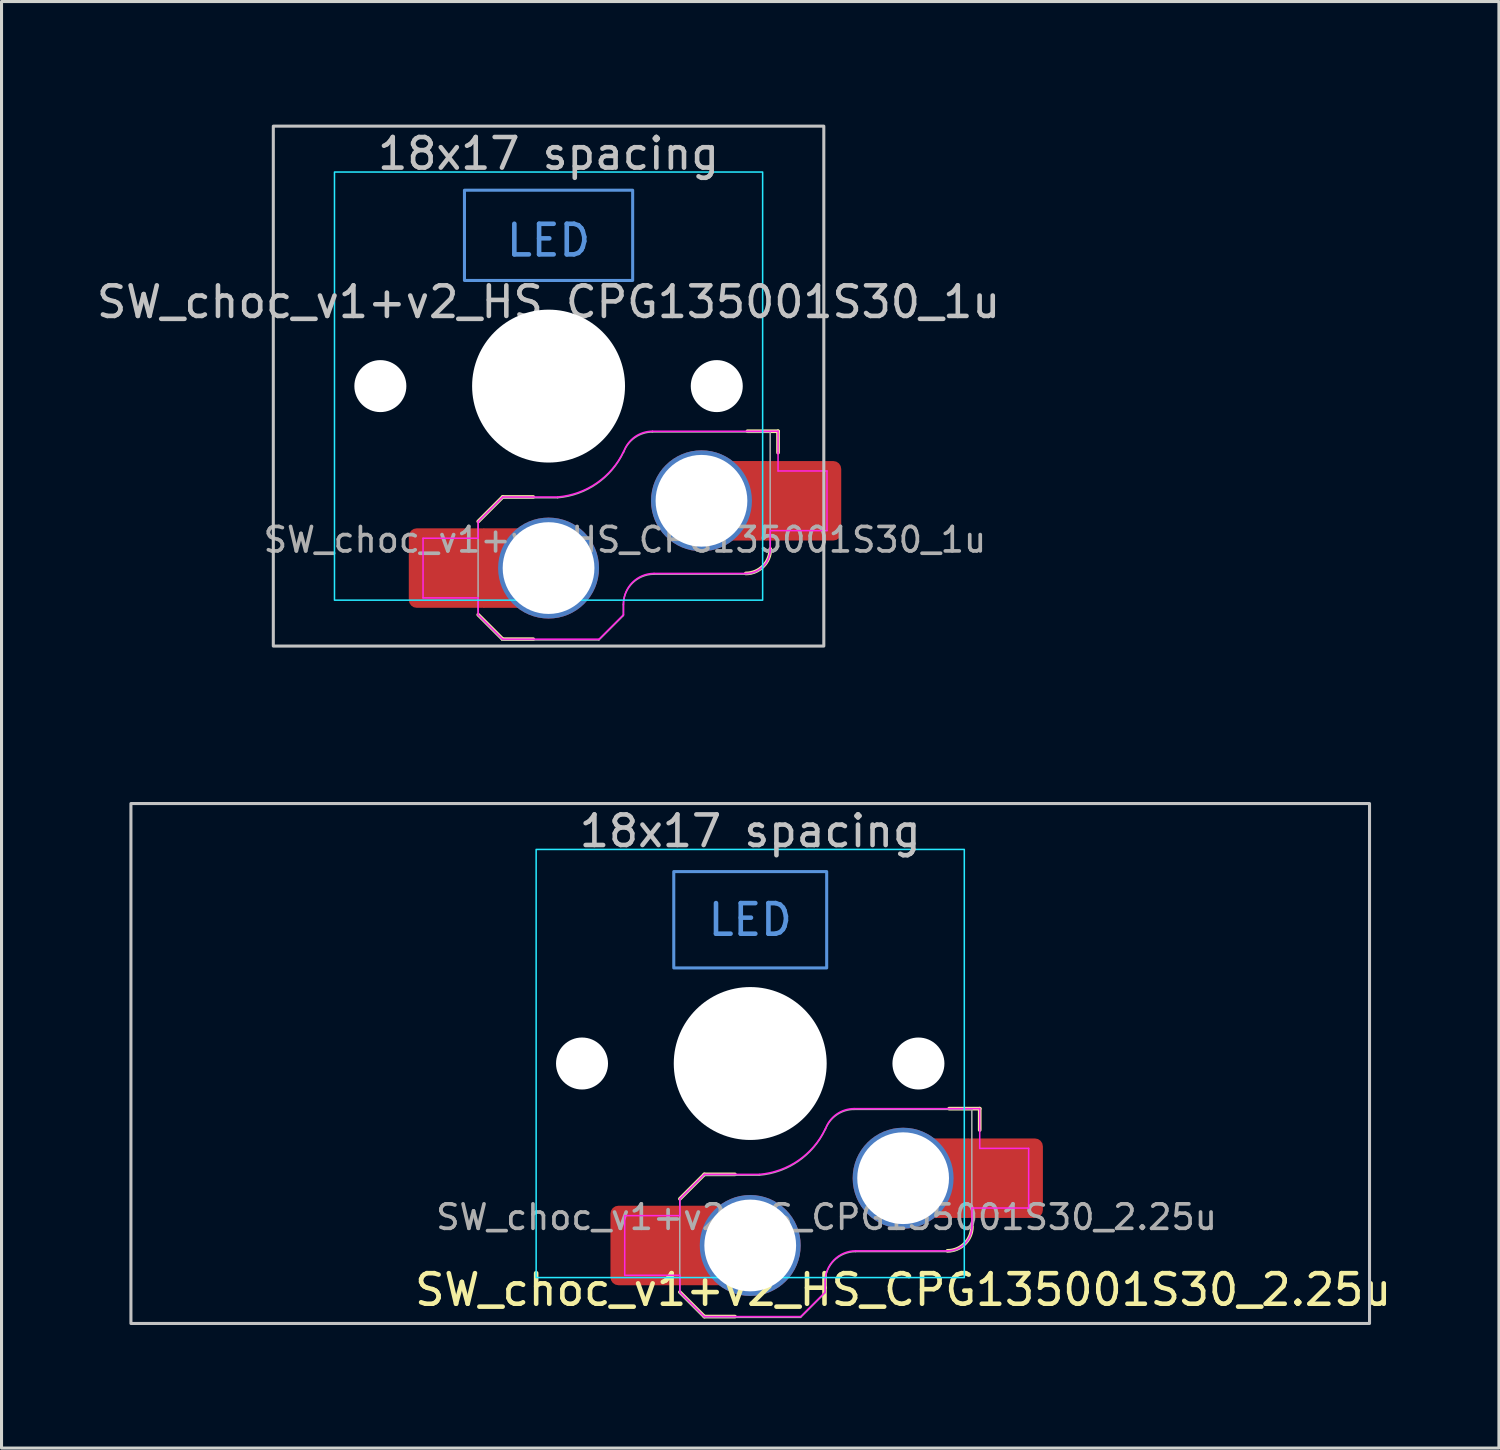
<source format=kicad_pcb>
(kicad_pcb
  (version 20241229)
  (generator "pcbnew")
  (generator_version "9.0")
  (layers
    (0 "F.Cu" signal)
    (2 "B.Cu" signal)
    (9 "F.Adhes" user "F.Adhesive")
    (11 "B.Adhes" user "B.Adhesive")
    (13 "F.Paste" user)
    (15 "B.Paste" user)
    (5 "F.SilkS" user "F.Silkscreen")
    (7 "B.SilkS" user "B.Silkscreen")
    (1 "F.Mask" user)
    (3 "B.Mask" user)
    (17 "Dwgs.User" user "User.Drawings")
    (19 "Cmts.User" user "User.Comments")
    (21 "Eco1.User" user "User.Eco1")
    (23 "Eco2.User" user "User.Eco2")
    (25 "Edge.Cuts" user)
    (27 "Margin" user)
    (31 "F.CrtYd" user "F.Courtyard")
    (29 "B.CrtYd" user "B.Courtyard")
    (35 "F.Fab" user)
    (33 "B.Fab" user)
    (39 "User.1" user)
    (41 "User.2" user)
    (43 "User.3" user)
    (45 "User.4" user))
  (footprint "SW_choc_v1+v2_HS_CPG135001S30_1u"
    (layer "F.Cu")
    (at 14.887 9.575)
    (property "Reference" "SW_choc_v1+v2_HS_CPG135001S30_1u" (at 0 -2.75 180) (layer "Dwgs.User") (effects (font (size 1 1) (thickness 0.15))))
    (attr smd)
    (fp_line (start -2.3 7.475) (end -1.5 8.275) (stroke (width 0.12) (type solid)) (layer "F.SilkS"))
    (fp_line (start -1.5 3.625) (end -2.3 4.425) (stroke (width 0.12) (type solid)) (layer "F.SilkS"))
    (fp_line (start -1.5 3.625) (end -0.5 3.625) (stroke (width 0.12) (type solid)) (layer "F.SilkS"))
    (fp_line (start -1.5 8.275) (end -0.5 8.275) (stroke (width 0.12) (type solid)) (layer "F.SilkS"))
    (fp_line (start 7.504 1.475) (end 6.504 1.475) (stroke (width 0.12) (type solid)) (layer "F.SilkS"))
    (fp_line (start 7.504 1.475) (end 7.504 2.175) (stroke (width 0.12) (type solid)) (layer "F.SilkS"))
    (fp_arc (start 7.25 5.325) (mid 7.015685 5.890685) (end 6.45 6.125) (stroke (width 0.12) (type solid)) (layer "F.SilkS"))
    (fp_rect (start -9 -8.5) (end 9 8.5) (stroke (width 0.1) (type default)) (fill no) (layer "Dwgs.User"))
    (fp_rect (start -2.75 -6.405) (end 2.75 -3.455) (stroke (width 0.1) (type default)) (fill no) (layer "Cmts.User"))
    (fp_rect (start -9.525 -9.525) (end 9.525 9.525) (stroke (width 0.1) (type default)) (fill no) (layer "Eco1.User"))
    (fp_line (start -6.95 6.45) (end -6.95 -6.45) (stroke (width 0.05) (type solid)) (layer "Eco2.User"))
    (fp_line (start -6.45 -6.95) (end 6.45 -6.95) (stroke (width 0.05) (type solid)) (layer "Eco2.User"))
    (fp_line (start 6.45 6.95) (end -6.45 6.95) (stroke (width 0.05) (type solid)) (layer "Eco2.User"))
    (fp_line (start 6.95 -6.45) (end 6.95 6.45) (stroke (width 0.05) (type solid)) (layer "Eco2.User"))
    (fp_arc (start -6.95 -6.45) (mid -6.803553 -6.803553) (end -6.45 -6.95) (stroke (width 0.05) (type solid)) (layer "Eco2.User"))
    (fp_arc (start -6.45 6.95) (mid -6.803553 6.803553) (end -6.95 6.45) (stroke (width 0.05) (type solid)) (layer "Eco2.User"))
    (fp_arc (start 6.45 -6.95) (mid 6.803553 -6.803553) (end 6.95 -6.45) (stroke (width 0.05) (type solid)) (layer "Eco2.User"))
    (fp_arc (start 6.95 6.45) (mid 6.803553 6.803553) (end 6.45 6.95) (stroke (width 0.05) (type solid)) (layer "Eco2.User"))
    (fp_arc (start 6.95 6.45) (mid 6.803553 6.803553) (end 6.45 6.95) (stroke (width 0.05) (type solid)) (layer "Eco2.User"))
    (fp_rect (start -7 -7) (end 7 7) (stroke (width 0.05) (type default)) (fill no) (layer "B.CrtYd"))
    (fp_line (start -4.104 4.975) (end -4.104 6.925) (stroke (width 0.05) (type solid)) (layer "F.CrtYd"))
    (fp_line (start -4.104 4.975) (end -2.3 4.975) (stroke (width 0.05) (type solid)) (layer "F.CrtYd"))
    (fp_line (start -4.104 6.925) (end -2.3 6.925) (stroke (width 0.05) (type solid)) (layer "F.CrtYd"))
    (fp_line (start -2.3 4.975) (end -2.3 4.425) (stroke (width 0.05) (type solid)) (layer "F.CrtYd"))
    (fp_line (start -2.3 7.475) (end -2.3 6.925) (stroke (width 0.05) (type solid)) (layer "F.CrtYd"))
    (fp_line (start -2.3 7.475) (end -1.5 8.275) (stroke (width 0.05) (type solid)) (layer "F.CrtYd"))
    (fp_line (start -1.5 3.625) (end -2.3 4.425) (stroke (width 0.05) (type solid)) (layer "F.CrtYd"))
    (fp_line (start -1.5 3.625) (end 0.3 3.625) (stroke (width 0.05) (type solid)) (layer "F.CrtYd"))
    (fp_line (start -1.5 8.275) (end 1.65 8.275) (stroke (width 0.05) (type solid)) (layer "F.CrtYd"))
    (fp_line (start 2.45 7.475) (end 1.65 8.275) (stroke (width 0.05) (type solid)) (layer "F.CrtYd"))
    (fp_line (start 2.45 7.475) (end 2.45 7.125) (stroke (width 0.05) (type solid)) (layer "F.CrtYd"))
    (fp_line (start 3.45 6.125) (end 6.45 6.125) (stroke (width 0.05) (type solid)) (layer "F.CrtYd"))
    (fp_line (start 7.25 4.725) (end 9.104 4.725) (stroke (width 0.05) (type solid)) (layer "F.CrtYd"))
    (fp_line (start 7.25 5.325) (end 7.25 4.725) (stroke (width 0.05) (type solid)) (layer "F.CrtYd"))
    (fp_line (start 7.504 1.475) (end 3.4 1.475) (stroke (width 0.05) (type solid)) (layer "F.CrtYd"))
    (fp_line (start 7.504 1.475) (end 7.504 2.175) (stroke (width 0.05) (type solid)) (layer "F.CrtYd"))
    (fp_line (start 7.504 2.175) (end 7.504 2.775) (stroke (width 0.05) (type solid)) (layer "F.CrtYd"))
    (fp_line (start 9.104 2.775) (end 7.504 2.775) (stroke (width 0.05) (type solid)) (layer "F.CrtYd"))
    (fp_line (start 9.104 4.725) (end 9.104 2.775) (stroke (width 0.05) (type solid)) (layer "F.CrtYd"))
    (fp_arc (start 2.45 7.125) (mid 2.742893 6.417893) (end 3.45 6.125) (stroke (width 0.05) (type solid)) (layer "F.CrtYd"))
    (fp_arc (start 2.455444 2.13293) (mid 1.577272 3.167235) (end 0.299999 3.624999) (stroke (width 0.05) (type solid)) (layer "F.CrtYd"))
    (fp_arc (start 2.460307 2.13298) (mid 2.826423 1.655848) (end 3.4 1.475) (stroke (width 0.05) (type solid)) (layer "F.CrtYd"))
    (fp_arc (start 7.25 5.325) (mid 7.015685 5.890685) (end 6.45 6.125) (stroke (width 0.05) (type solid)) (layer "F.CrtYd"))
    (fp_line (start -2.304 7.5) (end -2.304 4.45) (stroke (width 0.05) (type solid)) (layer "F.Fab"))
    (fp_line (start -2.304 7.5) (end -1.504 8.3) (stroke (width 0.05) (type solid)) (layer "F.Fab"))
    (fp_line (start -1.504 3.65) (end -2.304 4.45) (stroke (width 0.05) (type solid)) (layer "F.Fab"))
    (fp_line (start -1.504 3.65) (end 0.296 3.65) (stroke (width 0.05) (type solid)) (layer "F.Fab"))
    (fp_line (start -1.504 8.3) (end 1.646 8.3) (stroke (width 0.05) (type solid)) (layer "F.Fab"))
    (fp_line (start 2.446 7.5) (end 1.646 8.3) (stroke (width 0.05) (type solid)) (layer "F.Fab"))
    (fp_line (start 2.446 7.5) (end 2.446 7.15) (stroke (width 0.05) (type solid)) (layer "F.Fab"))
    (fp_line (start 3.446 6.15) (end 6.446 6.15) (stroke (width 0.05) (type solid)) (layer "F.Fab"))
    (fp_line (start 7.246 1.5) (end 3.396 1.5) (stroke (width 0.05) (type solid)) (layer "F.Fab"))
    (fp_line (start 7.246 5.35) (end 7.246 1.5) (stroke (width 0.05) (type solid)) (layer "F.Fab"))
    (fp_arc (start 2.446 7.15) (mid 2.738893 6.442893) (end 3.446 6.15) (stroke (width 0.05) (type solid)) (layer "F.Fab"))
    (fp_arc (start 2.451444 2.15793) (mid 1.573272 3.192235) (end 0.295999 3.649999) (stroke (width 0.05) (type solid)) (layer "F.Fab"))
    (fp_arc (start 2.456307 2.15798) (mid 2.822423 1.680848) (end 3.396 1.5) (stroke (width 0.05) (type solid)) (layer "F.Fab"))
    (fp_arc (start 7.246 5.35) (mid 7.011685 5.915685) (end 6.446 6.15) (stroke (width 0.05) (type solid)) (layer "F.Fab"))
    (fp_text user "18x17 spacing" (at 0 -7.6 180) (layer "Dwgs.User") (effects (font (size 1 1) (thickness 0.15))))
    (fp_text user "LED" (at 0 -4.763 0) (unlocked yes) (layer "Cmts.User") (effects (font (size 1 1) (thickness 0.15))))
    (fp_text user "19.05 spacing" (at 0 -8.7 180) (layer "Eco1.User") (effects (font (size 1 1) (thickness 0.15))))
    (fp_text user "${REFERENCE}" (at 2.496 5.025 0) (layer "F.Fab") (effects (font (size 0.8 0.8) (thickness 0.12))))
    (pad "" np_thru_hole circle (at -5.5 0 180) (size 1.7 1.7) (drill 1.7) (layers "*.Cu" "*.Mask"))
    (pad "" np_thru_hole circle (at 0 0 180) (size 5 5) (drill 5) (layers "*.Cu" "*.Mask"))
    (pad "" np_thru_hole circle (at 5.5 0 180) (size 1.7 1.7) (drill 1.7) (layers "*.Cu" "*.Mask"))
    (pad "1" thru_hole circle (at 5 3.75) (size 3.3 3.3) (drill 3) (layers "*.Cu" "F.Mask"))
    (pad "1" smd rect (at 6.55 3.75) (size 1.2 2.6) (layers "F.Cu"))
    (pad "1" smd roundrect (at 8.245 3.75) (size 2.65 2.6) (layers "F.Cu" "F.Mask" "F.Paste") (roundrect_rratio 0.1))
    (pad "2" smd roundrect (at -3.245 5.95) (size 2.65 2.6) (layers "F.Cu" "F.Mask" "F.Paste") (roundrect_rratio 0.1))
    (pad "2" smd rect (at -1.55 5.95 180) (size 1.2 2.6) (layers "F.Cu"))
    (pad "2" thru_hole circle (at 0 5.95) (size 3.3 3.3) (drill 3) (layers "*.Cu" "F.Mask")))
  (footprint "SW_choc_v1+v2_HS_CPG135001S30_2.25u"
    (layer "F.Cu")
    (at 21.481 31.725)
    (property "Reference" "SW_choc_v1+v2_HS_CPG135001S30_2.25u" (at 5 7.4 180) (layer "F.SilkS") (effects (font (size 1 1) (thickness 0.15))))
    (attr smd)
    (fp_line (start -2.3 7.475) (end -1.5 8.275) (stroke (width 0.12) (type solid)) (layer "F.SilkS"))
    (fp_line (start -1.5 3.625) (end -2.3 4.425) (stroke (width 0.12) (type solid)) (layer "F.SilkS"))
    (fp_line (start -1.5 3.625) (end -0.5 3.625) (stroke (width 0.12) (type solid)) (layer "F.SilkS"))
    (fp_line (start -1.5 8.275) (end -0.5 8.275) (stroke (width 0.12) (type solid)) (layer "F.SilkS"))
    (fp_line (start 7.504 1.475) (end 6.504 1.475) (stroke (width 0.12) (type solid)) (layer "F.SilkS"))
    (fp_line (start 7.504 1.475) (end 7.504 2.175) (stroke (width 0.12) (type solid)) (layer "F.SilkS"))
    (fp_arc (start 7.25 5.325) (mid 7.015685 5.890685) (end 6.45 6.125) (stroke (width 0.12) (type solid)) (layer "F.SilkS"))
    (fp_rect (start -20.25 -8.5) (end 20.25 8.5) (stroke (width 0.1) (type default)) (fill no) (layer "Dwgs.User"))
    (fp_rect (start -2.5 -6.275) (end 2.5 -3.125) (stroke (width 0.1) (type default)) (fill no) (layer "Cmts.User"))
    (fp_rect (start -21.431 -9.525) (end 21.431 9.525) (stroke (width 0.1) (type default)) (fill no) (layer "Eco1.User"))
    (fp_line (start -6.95 -6.45) (end -6.95 6.45) (stroke (width 0.05) (type solid)) (layer "Eco2.User"))
    (fp_line (start -6.45 6.95) (end 6.45 6.95) (stroke (width 0.05) (type solid)) (layer "Eco2.User"))
    (fp_line (start 6.45 -6.95) (end -6.45 -6.95) (stroke (width 0.05) (type solid)) (layer "Eco2.User"))
    (fp_line (start 6.95 6.45) (end 6.95 -6.45) (stroke (width 0.05) (type solid)) (layer "Eco2.User"))
    (fp_arc (start -6.95 -6.45) (mid -6.803553 -6.803553) (end -6.45 -6.95) (stroke (width 0.05) (type solid)) (layer "Eco2.User"))
    (fp_arc (start -6.45 6.95) (mid -6.803553 6.803553) (end -6.95 6.45) (stroke (width 0.05) (type solid)) (layer "Eco2.User"))
    (fp_arc (start 6.45 -6.95) (mid 6.803553 -6.803553) (end 6.95 -6.45) (stroke (width 0.05) (type solid)) (layer "Eco2.User"))
    (fp_arc (start 6.95 6.45) (mid 6.803553 6.803553) (end 6.45 6.95) (stroke (width 0.05) (type solid)) (layer "Eco2.User"))
    (fp_rect (start -7 -7) (end 7 7) (stroke (width 0.05) (type default)) (fill no) (layer "B.CrtYd"))
    (fp_line (start -4.104 4.975) (end -4.104 6.925) (stroke (width 0.05) (type solid)) (layer "F.CrtYd"))
    (fp_line (start -4.104 4.975) (end -2.3 4.975) (stroke (width 0.05) (type solid)) (layer "F.CrtYd"))
    (fp_line (start -4.104 6.925) (end -2.3 6.925) (stroke (width 0.05) (type solid)) (layer "F.CrtYd"))
    (fp_line (start -2.3 4.975) (end -2.3 4.425) (stroke (width 0.05) (type solid)) (layer "F.CrtYd"))
    (fp_line (start -2.3 7.475) (end -2.3 6.925) (stroke (width 0.05) (type solid)) (layer "F.CrtYd"))
    (fp_line (start -2.3 7.475) (end -1.5 8.275) (stroke (width 0.05) (type solid)) (layer "F.CrtYd"))
    (fp_line (start -1.5 3.625) (end -2.3 4.425) (stroke (width 0.05) (type solid)) (layer "F.CrtYd"))
    (fp_line (start -1.5 3.625) (end 0.3 3.625) (stroke (width 0.05) (type solid)) (layer "F.CrtYd"))
    (fp_line (start -1.5 8.275) (end 1.65 8.275) (stroke (width 0.05) (type solid)) (layer "F.CrtYd"))
    (fp_line (start 2.45 7.475) (end 1.65 8.275) (stroke (width 0.05) (type solid)) (layer "F.CrtYd"))
    (fp_line (start 2.45 7.475) (end 2.45 7.125) (stroke (width 0.05) (type solid)) (layer "F.CrtYd"))
    (fp_line (start 3.45 6.125) (end 6.45 6.125) (stroke (width 0.05) (type solid)) (layer "F.CrtYd"))
    (fp_line (start 7.25 4.725) (end 9.104 4.725) (stroke (width 0.05) (type solid)) (layer "F.CrtYd"))
    (fp_line (start 7.25 5.325) (end 7.25 4.725) (stroke (width 0.05) (type solid)) (layer "F.CrtYd"))
    (fp_line (start 7.504 1.475) (end 3.4 1.475) (stroke (width 0.05) (type solid)) (layer "F.CrtYd"))
    (fp_line (start 7.504 1.475) (end 7.504 2.175) (stroke (width 0.05) (type solid)) (layer "F.CrtYd"))
    (fp_line (start 7.504 2.175) (end 7.504 2.775) (stroke (width 0.05) (type solid)) (layer "F.CrtYd"))
    (fp_line (start 9.104 2.775) (end 7.504 2.775) (stroke (width 0.05) (type solid)) (layer "F.CrtYd"))
    (fp_line (start 9.104 4.725) (end 9.104 2.775) (stroke (width 0.05) (type solid)) (layer "F.CrtYd"))
    (fp_arc (start 2.45 7.125) (mid 2.742893 6.417893) (end 3.45 6.125) (stroke (width 0.05) (type solid)) (layer "F.CrtYd"))
    (fp_arc (start 2.455444 2.13293) (mid 1.577272 3.167235) (end 0.299999 3.624999) (stroke (width 0.05) (type solid)) (layer "F.CrtYd"))
    (fp_arc (start 2.460307 2.13298) (mid 2.826423 1.655848) (end 3.4 1.475) (stroke (width 0.05) (type solid)) (layer "F.CrtYd"))
    (fp_arc (start 7.25 5.325) (mid 7.015685 5.890685) (end 6.45 6.125) (stroke (width 0.05) (type solid)) (layer "F.CrtYd"))
    (fp_line (start -2.304 7.5) (end -2.304 4.45) (stroke (width 0.05) (type solid)) (layer "F.Fab"))
    (fp_line (start -2.304 7.5) (end -1.504 8.3) (stroke (width 0.05) (type solid)) (layer "F.Fab"))
    (fp_line (start -1.504 3.65) (end -2.304 4.45) (stroke (width 0.05) (type solid)) (layer "F.Fab"))
    (fp_line (start -1.504 3.65) (end 0.296 3.65) (stroke (width 0.05) (type solid)) (layer "F.Fab"))
    (fp_line (start -1.504 8.3) (end 1.646 8.3) (stroke (width 0.05) (type solid)) (layer "F.Fab"))
    (fp_line (start 2.446 7.5) (end 1.646 8.3) (stroke (width 0.05) (type solid)) (layer "F.Fab"))
    (fp_line (start 2.446 7.5) (end 2.446 7.15) (stroke (width 0.05) (type solid)) (layer "F.Fab"))
    (fp_line (start 3.446 6.15) (end 6.446 6.15) (stroke (width 0.05) (type solid)) (layer "F.Fab"))
    (fp_line (start 7.246 1.5) (end 3.396 1.5) (stroke (width 0.05) (type solid)) (layer "F.Fab"))
    (fp_line (start 7.246 5.35) (end 7.246 1.5) (stroke (width 0.05) (type solid)) (layer "F.Fab"))
    (fp_arc (start 2.446 7.15) (mid 2.738893 6.442893) (end 3.446 6.15) (stroke (width 0.05) (type solid)) (layer "F.Fab"))
    (fp_arc (start 2.451444 2.15793) (mid 1.573272 3.192235) (end 0.295999 3.649999) (stroke (width 0.05) (type solid)) (layer "F.Fab"))
    (fp_arc (start 2.456307 2.15798) (mid 2.822423 1.680848) (end 3.396 1.5) (stroke (width 0.05) (type solid)) (layer "F.Fab"))
    (fp_arc (start 7.246 5.35) (mid 7.011685 5.915685) (end 6.446 6.15) (stroke (width 0.05) (type solid)) (layer "F.Fab"))
    (fp_text user "18x17 spacing" (at 0 -7.6 180) (layer "Dwgs.User") (effects (font (size 1 1) (thickness 0.15))))
    (fp_text user "LED" (at 0 -4.7 0) (unlocked yes) (layer "Cmts.User") (effects (font (size 1 1) (thickness 0.15))))
    (fp_text user "19.05 spacing" (at 0 -8.7 180) (layer "Eco1.User") (effects (font (size 1 1) (thickness 0.15))))
    (fp_text user "${REFERENCE}" (at 2.496 5.025 0) (layer "F.Fab") (effects (font (size 0.8 0.8) (thickness 0.12))))
    (pad "" np_thru_hole circle (at -5.5 0 180) (size 1.7 1.7) (drill 1.7) (layers "*.Cu" "*.Mask"))
    (pad "" np_thru_hole circle (at 0 0 180) (size 5 5) (drill 5) (layers "*.Cu" "*.Mask"))
    (pad "" np_thru_hole circle (at 5.5 0 180) (size 1.7 1.7) (drill 1.7) (layers "*.Cu" "*.Mask"))
    (pad "1" thru_hole circle (at 5 3.75) (size 3.3 3.3) (drill 3) (layers "*.Cu" "F.Mask"))
    (pad "1" smd rect (at 6.55 3.75) (size 1.2 2.6) (layers "F.Cu"))
    (pad "1" smd roundrect (at 8.245 3.75) (size 2.65 2.6) (layers "F.Cu" "F.Mask" "F.Paste") (roundrect_rratio 0.1))
    (pad "2" smd roundrect (at -3.245 5.95) (size 2.65 2.6) (layers "F.Cu" "F.Mask" "F.Paste") (roundrect_rratio 0.1))
    (pad "2" smd rect (at -1.55 5.95 180) (size 1.2 2.6) (layers "F.Cu"))
    (pad "2" thru_hole circle (at 0 5.95) (size 3.3 3.3) (drill 3) (layers "*.Cu" "F.Mask")))
  (gr_rect
    (start -3 -3)
    (end 45.962 44.3)
    (stroke (width 0.1) (type default))
    (fill no)
    (layer "Edge.Cuts")))
</source>
